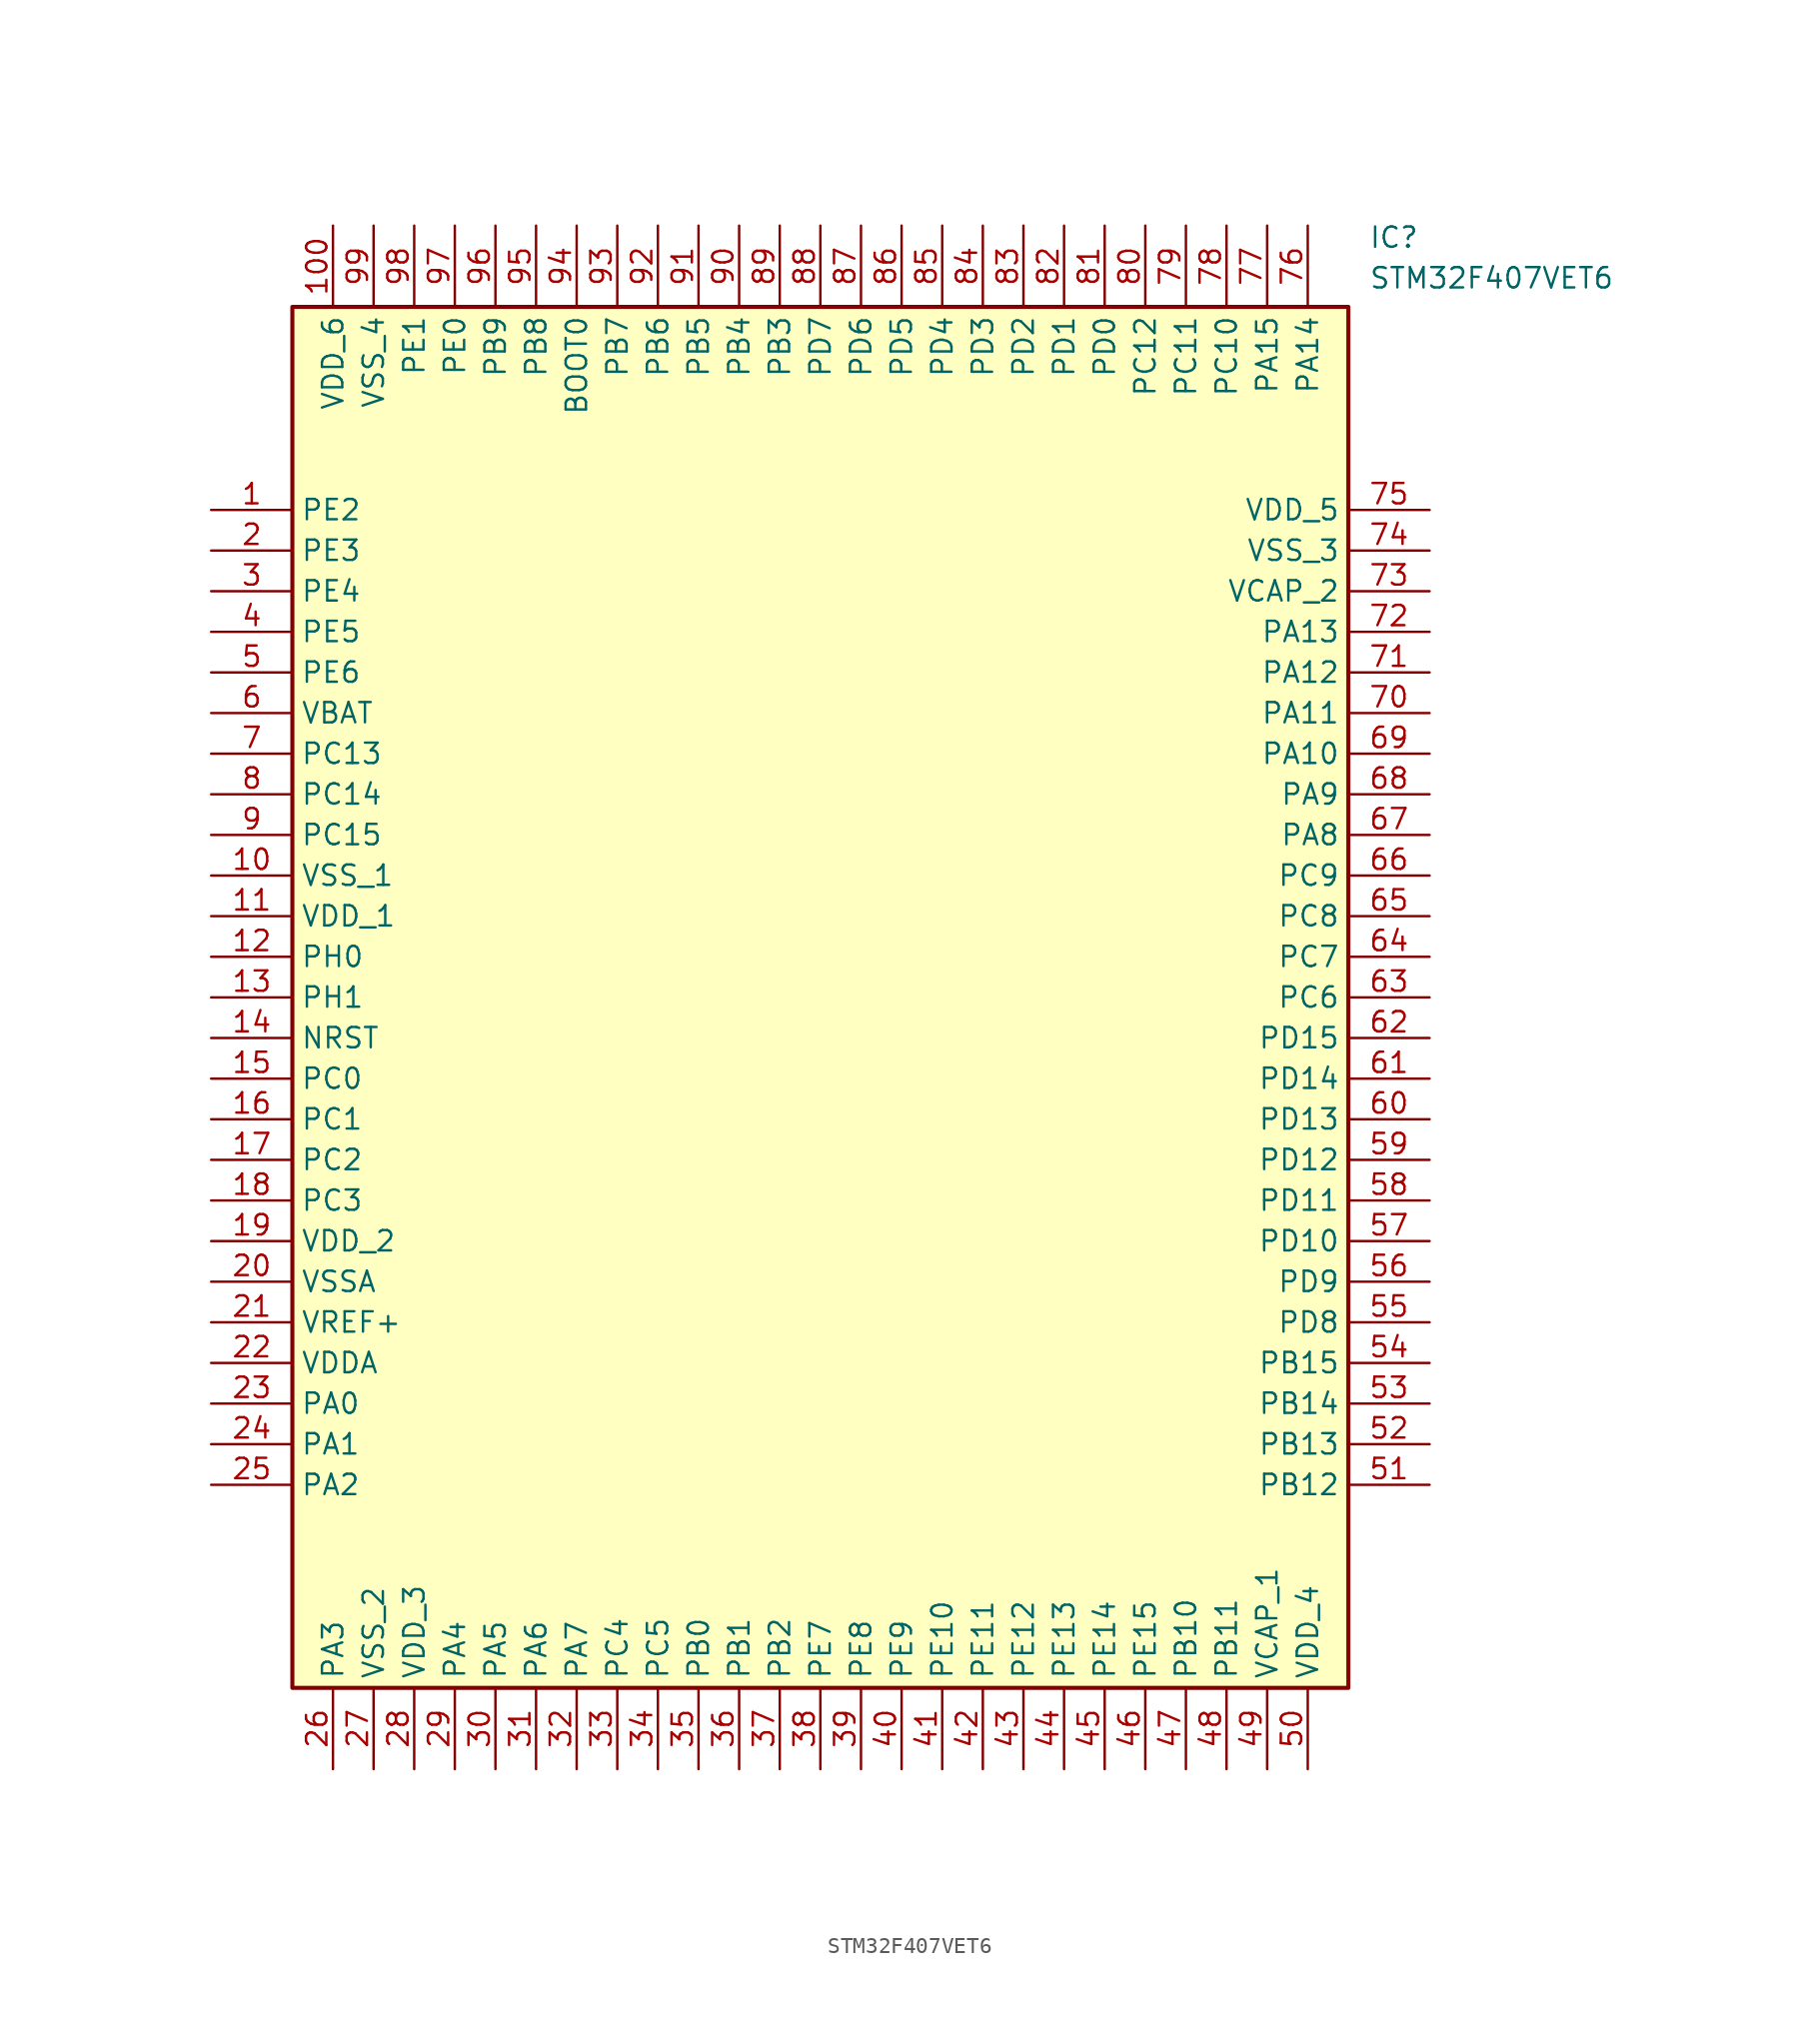
<source format=kicad_sym>
(kicad_symbol_lib
  (version 20220914)
  (generator kicad_symbol_editor)
  (symbol "STM32F407VET6"
    (property "Reference" "IC"
      (at 72.39 17.78 0)
      (effects (font (size 1.27 1.27)) (justify left top)))
    (property "Value" "STM32F407VET6"
      (at 72.39 15.24 0)
      (effects (font (size 1.27 1.27)) (justify left top)))
    (symbol "STM32F407VET6_1_1"
      (rectangle (start 5.08 12.7) (end 71.12 -73.66) (stroke (width 0.254) (type default)) (fill (type background)))
      (pin passive line (at 0 0 0) (length 5.08) (name "PE2" (effects (font (size 1.27 1.27)))) (number "1" (effects (font (size 1.27 1.27)))))
      (pin passive line (at 0 -22.86 0) (length 5.08) (name "VSS_1" (effects (font (size 1.27 1.27)))) (number "10" (effects (font (size 1.27 1.27)))))
      (pin passive line (at 7.62 17.78 270) (length 5.08) (name "VDD_6" (effects (font (size 1.27 1.27)))) (number "100" (effects (font (size 1.27 1.27)))))
      (pin passive line (at 0 -25.4 0) (length 5.08) (name "VDD_1" (effects (font (size 1.27 1.27)))) (number "11" (effects (font (size 1.27 1.27)))))
      (pin passive line (at 0 -27.94 0) (length 5.08) (name "PH0" (effects (font (size 1.27 1.27)))) (number "12" (effects (font (size 1.27 1.27)))))
      (pin passive line (at 0 -30.48 0) (length 5.08) (name "PH1" (effects (font (size 1.27 1.27)))) (number "13" (effects (font (size 1.27 1.27)))))
      (pin passive line (at 0 -33.02 0) (length 5.08) (name "NRST" (effects (font (size 1.27 1.27)))) (number "14" (effects (font (size 1.27 1.27)))))
      (pin passive line (at 0 -35.56 0) (length 5.08) (name "PC0" (effects (font (size 1.27 1.27)))) (number "15" (effects (font (size 1.27 1.27)))))
      (pin passive line (at 0 -38.1 0) (length 5.08) (name "PC1" (effects (font (size 1.27 1.27)))) (number "16" (effects (font (size 1.27 1.27)))))
      (pin passive line (at 0 -40.64 0) (length 5.08) (name "PC2" (effects (font (size 1.27 1.27)))) (number "17" (effects (font (size 1.27 1.27)))))
      (pin passive line (at 0 -43.18 0) (length 5.08) (name "PC3" (effects (font (size 1.27 1.27)))) (number "18" (effects (font (size 1.27 1.27)))))
      (pin passive line (at 0 -45.72 0) (length 5.08) (name "VDD_2" (effects (font (size 1.27 1.27)))) (number "19" (effects (font (size 1.27 1.27)))))
      (pin passive line (at 0 -2.54 0) (length 5.08) (name "PE3" (effects (font (size 1.27 1.27)))) (number "2" (effects (font (size 1.27 1.27)))))
      (pin passive line (at 0 -48.26 0) (length 5.08) (name "VSSA" (effects (font (size 1.27 1.27)))) (number "20" (effects (font (size 1.27 1.27)))))
      (pin passive line (at 0 -50.8 0) (length 5.08) (name "VREF+" (effects (font (size 1.27 1.27)))) (number "21" (effects (font (size 1.27 1.27)))))
      (pin passive line (at 0 -53.34 0) (length 5.08) (name "VDDA" (effects (font (size 1.27 1.27)))) (number "22" (effects (font (size 1.27 1.27)))))
      (pin passive line (at 0 -55.88 0) (length 5.08) (name "PA0" (effects (font (size 1.27 1.27)))) (number "23" (effects (font (size 1.27 1.27)))))
      (pin passive line (at 0 -58.42 0) (length 5.08) (name "PA1" (effects (font (size 1.27 1.27)))) (number "24" (effects (font (size 1.27 1.27)))))
      (pin passive line (at 0 -60.96 0) (length 5.08) (name "PA2" (effects (font (size 1.27 1.27)))) (number "25" (effects (font (size 1.27 1.27)))))
      (pin passive line (at 7.62 -78.74 90) (length 5.08) (name "PA3" (effects (font (size 1.27 1.27)))) (number "26" (effects (font (size 1.27 1.27)))))
      (pin passive line (at 10.16 -78.74 90) (length 5.08) (name "VSS_2" (effects (font (size 1.27 1.27)))) (number "27" (effects (font (size 1.27 1.27)))))
      (pin passive line (at 12.7 -78.74 90) (length 5.08) (name "VDD_3" (effects (font (size 1.27 1.27)))) (number "28" (effects (font (size 1.27 1.27)))))
      (pin passive line (at 15.24 -78.74 90) (length 5.08) (name "PA4" (effects (font (size 1.27 1.27)))) (number "29" (effects (font (size 1.27 1.27)))))
      (pin passive line (at 0 -5.08 0) (length 5.08) (name "PE4" (effects (font (size 1.27 1.27)))) (number "3" (effects (font (size 1.27 1.27)))))
      (pin passive line (at 17.78 -78.74 90) (length 5.08) (name "PA5" (effects (font (size 1.27 1.27)))) (number "30" (effects (font (size 1.27 1.27)))))
      (pin passive line (at 20.32 -78.74 90) (length 5.08) (name "PA6" (effects (font (size 1.27 1.27)))) (number "31" (effects (font (size 1.27 1.27)))))
      (pin passive line (at 22.86 -78.74 90) (length 5.08) (name "PA7" (effects (font (size 1.27 1.27)))) (number "32" (effects (font (size 1.27 1.27)))))
      (pin passive line (at 25.4 -78.74 90) (length 5.08) (name "PC4" (effects (font (size 1.27 1.27)))) (number "33" (effects (font (size 1.27 1.27)))))
      (pin passive line (at 27.94 -78.74 90) (length 5.08) (name "PC5" (effects (font (size 1.27 1.27)))) (number "34" (effects (font (size 1.27 1.27)))))
      (pin passive line (at 30.48 -78.74 90) (length 5.08) (name "PB0" (effects (font (size 1.27 1.27)))) (number "35" (effects (font (size 1.27 1.27)))))
      (pin passive line (at 33.02 -78.74 90) (length 5.08) (name "PB1" (effects (font (size 1.27 1.27)))) (number "36" (effects (font (size 1.27 1.27)))))
      (pin passive line (at 35.56 -78.74 90) (length 5.08) (name "PB2" (effects (font (size 1.27 1.27)))) (number "37" (effects (font (size 1.27 1.27)))))
      (pin passive line (at 38.1 -78.74 90) (length 5.08) (name "PE7" (effects (font (size 1.27 1.27)))) (number "38" (effects (font (size 1.27 1.27)))))
      (pin passive line (at 40.64 -78.74 90) (length 5.08) (name "PE8" (effects (font (size 1.27 1.27)))) (number "39" (effects (font (size 1.27 1.27)))))
      (pin passive line (at 0 -7.62 0) (length 5.08) (name "PE5" (effects (font (size 1.27 1.27)))) (number "4" (effects (font (size 1.27 1.27)))))
      (pin passive line (at 43.18 -78.74 90) (length 5.08) (name "PE9" (effects (font (size 1.27 1.27)))) (number "40" (effects (font (size 1.27 1.27)))))
      (pin passive line (at 45.72 -78.74 90) (length 5.08) (name "PE10" (effects (font (size 1.27 1.27)))) (number "41" (effects (font (size 1.27 1.27)))))
      (pin passive line (at 48.26 -78.74 90) (length 5.08) (name "PE11" (effects (font (size 1.27 1.27)))) (number "42" (effects (font (size 1.27 1.27)))))
      (pin passive line (at 50.8 -78.74 90) (length 5.08) (name "PE12" (effects (font (size 1.27 1.27)))) (number "43" (effects (font (size 1.27 1.27)))))
      (pin passive line (at 53.34 -78.74 90) (length 5.08) (name "PE13" (effects (font (size 1.27 1.27)))) (number "44" (effects (font (size 1.27 1.27)))))
      (pin passive line (at 55.88 -78.74 90) (length 5.08) (name "PE14" (effects (font (size 1.27 1.27)))) (number "45" (effects (font (size 1.27 1.27)))))
      (pin passive line (at 58.42 -78.74 90) (length 5.08) (name "PE15" (effects (font (size 1.27 1.27)))) (number "46" (effects (font (size 1.27 1.27)))))
      (pin passive line (at 60.96 -78.74 90) (length 5.08) (name "PB10" (effects (font (size 1.27 1.27)))) (number "47" (effects (font (size 1.27 1.27)))))
      (pin passive line (at 63.5 -78.74 90) (length 5.08) (name "PB11" (effects (font (size 1.27 1.27)))) (number "48" (effects (font (size 1.27 1.27)))))
      (pin passive line (at 66.04 -78.74 90) (length 5.08) (name "VCAP_1" (effects (font (size 1.27 1.27)))) (number "49" (effects (font (size 1.27 1.27)))))
      (pin passive line (at 0 -10.16 0) (length 5.08) (name "PE6" (effects (font (size 1.27 1.27)))) (number "5" (effects (font (size 1.27 1.27)))))
      (pin passive line (at 68.58 -78.74 90) (length 5.08) (name "VDD_4" (effects (font (size 1.27 1.27)))) (number "50" (effects (font (size 1.27 1.27)))))
      (pin passive line (at 76.2 -60.96 180) (length 5.08) (name "PB12" (effects (font (size 1.27 1.27)))) (number "51" (effects (font (size 1.27 1.27)))))
      (pin passive line (at 76.2 -58.42 180) (length 5.08) (name "PB13" (effects (font (size 1.27 1.27)))) (number "52" (effects (font (size 1.27 1.27)))))
      (pin passive line (at 76.2 -55.88 180) (length 5.08) (name "PB14" (effects (font (size 1.27 1.27)))) (number "53" (effects (font (size 1.27 1.27)))))
      (pin passive line (at 76.2 -53.34 180) (length 5.08) (name "PB15" (effects (font (size 1.27 1.27)))) (number "54" (effects (font (size 1.27 1.27)))))
      (pin passive line (at 76.2 -50.8 180) (length 5.08) (name "PD8" (effects (font (size 1.27 1.27)))) (number "55" (effects (font (size 1.27 1.27)))))
      (pin passive line (at 76.2 -48.26 180) (length 5.08) (name "PD9" (effects (font (size 1.27 1.27)))) (number "56" (effects (font (size 1.27 1.27)))))
      (pin passive line (at 76.2 -45.72 180) (length 5.08) (name "PD10" (effects (font (size 1.27 1.27)))) (number "57" (effects (font (size 1.27 1.27)))))
      (pin passive line (at 76.2 -43.18 180) (length 5.08) (name "PD11" (effects (font (size 1.27 1.27)))) (number "58" (effects (font (size 1.27 1.27)))))
      (pin passive line (at 76.2 -40.64 180) (length 5.08) (name "PD12" (effects (font (size 1.27 1.27)))) (number "59" (effects (font (size 1.27 1.27)))))
      (pin passive line (at 0 -12.7 0) (length 5.08) (name "VBAT" (effects (font (size 1.27 1.27)))) (number "6" (effects (font (size 1.27 1.27)))))
      (pin passive line (at 76.2 -38.1 180) (length 5.08) (name "PD13" (effects (font (size 1.27 1.27)))) (number "60" (effects (font (size 1.27 1.27)))))
      (pin passive line (at 76.2 -35.56 180) (length 5.08) (name "PD14" (effects (font (size 1.27 1.27)))) (number "61" (effects (font (size 1.27 1.27)))))
      (pin passive line (at 76.2 -33.02 180) (length 5.08) (name "PD15" (effects (font (size 1.27 1.27)))) (number "62" (effects (font (size 1.27 1.27)))))
      (pin passive line (at 76.2 -30.48 180) (length 5.08) (name "PC6" (effects (font (size 1.27 1.27)))) (number "63" (effects (font (size 1.27 1.27)))))
      (pin passive line (at 76.2 -27.94 180) (length 5.08) (name "PC7" (effects (font (size 1.27 1.27)))) (number "64" (effects (font (size 1.27 1.27)))))
      (pin passive line (at 76.2 -25.4 180) (length 5.08) (name "PC8" (effects (font (size 1.27 1.27)))) (number "65" (effects (font (size 1.27 1.27)))))
      (pin passive line (at 76.2 -22.86 180) (length 5.08) (name "PC9" (effects (font (size 1.27 1.27)))) (number "66" (effects (font (size 1.27 1.27)))))
      (pin passive line (at 76.2 -20.32 180) (length 5.08) (name "PA8" (effects (font (size 1.27 1.27)))) (number "67" (effects (font (size 1.27 1.27)))))
      (pin passive line (at 76.2 -17.78 180) (length 5.08) (name "PA9" (effects (font (size 1.27 1.27)))) (number "68" (effects (font (size 1.27 1.27)))))
      (pin passive line (at 76.2 -15.24 180) (length 5.08) (name "PA10" (effects (font (size 1.27 1.27)))) (number "69" (effects (font (size 1.27 1.27)))))
      (pin passive line (at 0 -15.24 0) (length 5.08) (name "PC13" (effects (font (size 1.27 1.27)))) (number "7" (effects (font (size 1.27 1.27)))))
      (pin passive line (at 76.2 -12.7 180) (length 5.08) (name "PA11" (effects (font (size 1.27 1.27)))) (number "70" (effects (font (size 1.27 1.27)))))
      (pin passive line (at 76.2 -10.16 180) (length 5.08) (name "PA12" (effects (font (size 1.27 1.27)))) (number "71" (effects (font (size 1.27 1.27)))))
      (pin passive line (at 76.2 -7.62 180) (length 5.08) (name "PA13" (effects (font (size 1.27 1.27)))) (number "72" (effects (font (size 1.27 1.27)))))
      (pin passive line (at 76.2 -5.08 180) (length 5.08) (name "VCAP_2" (effects (font (size 1.27 1.27)))) (number "73" (effects (font (size 1.27 1.27)))))
      (pin passive line (at 76.2 -2.54 180) (length 5.08) (name "VSS_3" (effects (font (size 1.27 1.27)))) (number "74" (effects (font (size 1.27 1.27)))))
      (pin passive line (at 76.2 0 180) (length 5.08) (name "VDD_5" (effects (font (size 1.27 1.27)))) (number "75" (effects (font (size 1.27 1.27)))))
      (pin passive line (at 68.58 17.78 270) (length 5.08) (name "PA14" (effects (font (size 1.27 1.27)))) (number "76" (effects (font (size 1.27 1.27)))))
      (pin passive line (at 66.04 17.78 270) (length 5.08) (name "PA15" (effects (font (size 1.27 1.27)))) (number "77" (effects (font (size 1.27 1.27)))))
      (pin passive line (at 63.5 17.78 270) (length 5.08) (name "PC10" (effects (font (size 1.27 1.27)))) (number "78" (effects (font (size 1.27 1.27)))))
      (pin passive line (at 60.96 17.78 270) (length 5.08) (name "PC11" (effects (font (size 1.27 1.27)))) (number "79" (effects (font (size 1.27 1.27)))))
      (pin passive line (at 0 -17.78 0) (length 5.08) (name "PC14" (effects (font (size 1.27 1.27)))) (number "8" (effects (font (size 1.27 1.27)))))
      (pin passive line (at 58.42 17.78 270) (length 5.08) (name "PC12" (effects (font (size 1.27 1.27)))) (number "80" (effects (font (size 1.27 1.27)))))
      (pin passive line (at 55.88 17.78 270) (length 5.08) (name "PD0" (effects (font (size 1.27 1.27)))) (number "81" (effects (font (size 1.27 1.27)))))
      (pin passive line (at 53.34 17.78 270) (length 5.08) (name "PD1" (effects (font (size 1.27 1.27)))) (number "82" (effects (font (size 1.27 1.27)))))
      (pin passive line (at 50.8 17.78 270) (length 5.08) (name "PD2" (effects (font (size 1.27 1.27)))) (number "83" (effects (font (size 1.27 1.27)))))
      (pin passive line (at 48.26 17.78 270) (length 5.08) (name "PD3" (effects (font (size 1.27 1.27)))) (number "84" (effects (font (size 1.27 1.27)))))
      (pin passive line (at 45.72 17.78 270) (length 5.08) (name "PD4" (effects (font (size 1.27 1.27)))) (number "85" (effects (font (size 1.27 1.27)))))
      (pin passive line (at 43.18 17.78 270) (length 5.08) (name "PD5" (effects (font (size 1.27 1.27)))) (number "86" (effects (font (size 1.27 1.27)))))
      (pin passive line (at 40.64 17.78 270) (length 5.08) (name "PD6" (effects (font (size 1.27 1.27)))) (number "87" (effects (font (size 1.27 1.27)))))
      (pin passive line (at 38.1 17.78 270) (length 5.08) (name "PD7" (effects (font (size 1.27 1.27)))) (number "88" (effects (font (size 1.27 1.27)))))
      (pin passive line (at 35.56 17.78 270) (length 5.08) (name "PB3" (effects (font (size 1.27 1.27)))) (number "89" (effects (font (size 1.27 1.27)))))
      (pin passive line (at 0 -20.32 0) (length 5.08) (name "PC15" (effects (font (size 1.27 1.27)))) (number "9" (effects (font (size 1.27 1.27)))))
      (pin passive line (at 33.02 17.78 270) (length 5.08) (name "PB4" (effects (font (size 1.27 1.27)))) (number "90" (effects (font (size 1.27 1.27)))))
      (pin passive line (at 30.48 17.78 270) (length 5.08) (name "PB5" (effects (font (size 1.27 1.27)))) (number "91" (effects (font (size 1.27 1.27)))))
      (pin passive line (at 27.94 17.78 270) (length 5.08) (name "PB6" (effects (font (size 1.27 1.27)))) (number "92" (effects (font (size 1.27 1.27)))))
      (pin passive line (at 25.4 17.78 270) (length 5.08) (name "PB7" (effects (font (size 1.27 1.27)))) (number "93" (effects (font (size 1.27 1.27)))))
      (pin passive line (at 22.86 17.78 270) (length 5.08) (name "BOOT0" (effects (font (size 1.27 1.27)))) (number "94" (effects (font (size 1.27 1.27)))))
      (pin passive line (at 20.32 17.78 270) (length 5.08) (name "PB8" (effects (font (size 1.27 1.27)))) (number "95" (effects (font (size 1.27 1.27)))))
      (pin passive line (at 17.78 17.78 270) (length 5.08) (name "PB9" (effects (font (size 1.27 1.27)))) (number "96" (effects (font (size 1.27 1.27)))))
      (pin passive line (at 15.24 17.78 270) (length 5.08) (name "PE0" (effects (font (size 1.27 1.27)))) (number "97" (effects (font (size 1.27 1.27)))))
      (pin passive line (at 12.7 17.78 270) (length 5.08) (name "PE1" (effects (font (size 1.27 1.27)))) (number "98" (effects (font (size 1.27 1.27)))))
      (pin passive line (at 10.16 17.78 270) (length 5.08) (name "VSS_4" (effects (font (size 1.27 1.27)))) (number "99" (effects (font (size 1.27 1.27))))))))
</source>
